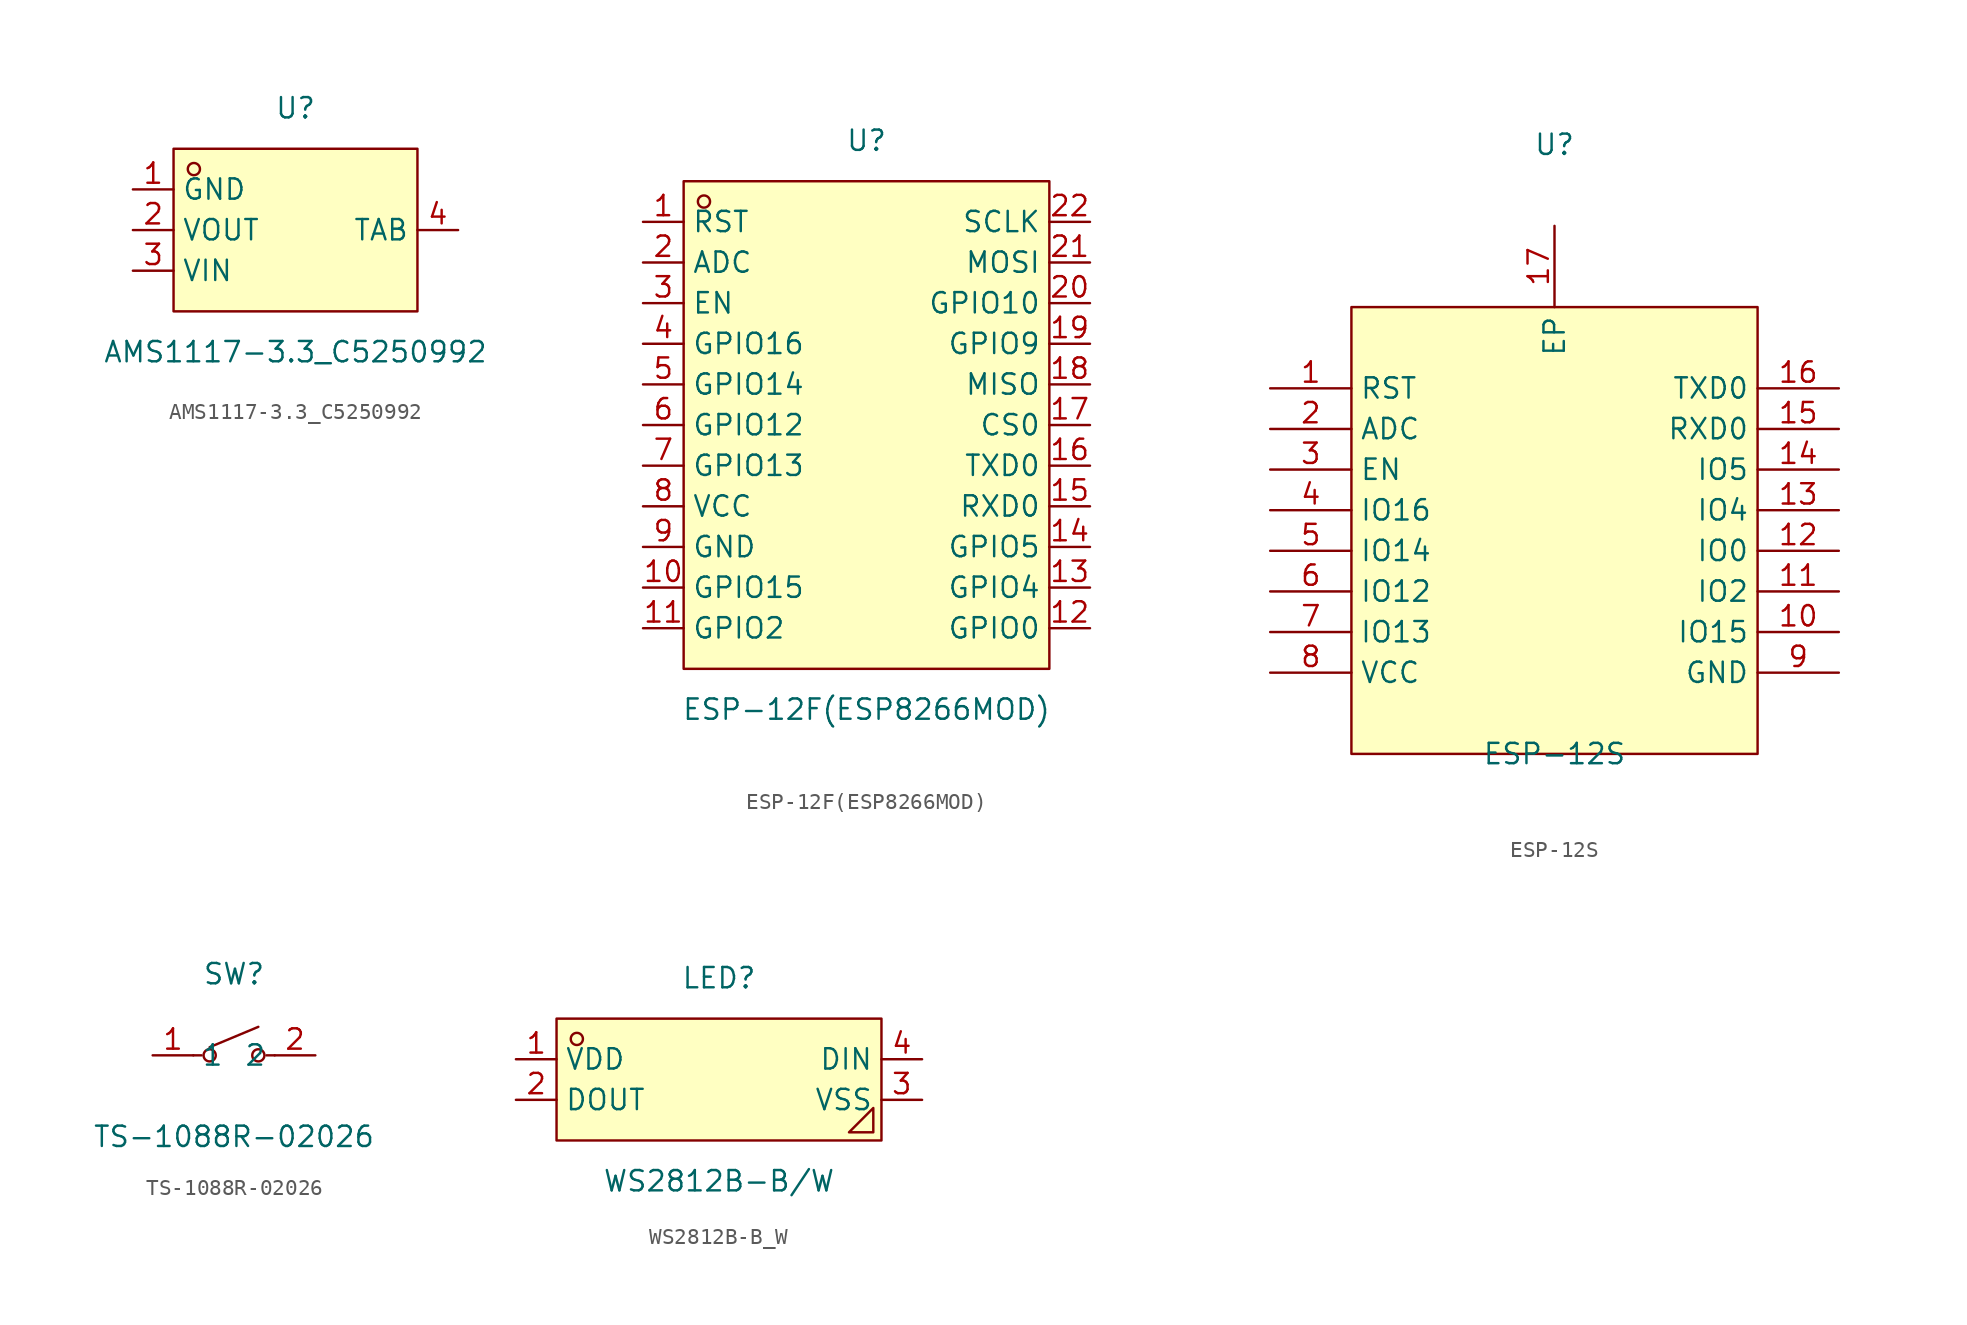
<source format=kicad_sym>
(kicad_symbol_lib
  (version 20211014)
  (generator https://github.com/uPesy/easyeda2kicad.py)
  (symbol "AMS1117-3.3_C5250992"
    (property "Reference" "U"
      (at 0 7.62 0)
      (effects (font (size 1.27 1.27))))
    (property "Value" "AMS1117-3.3_C5250992"
      (at 0 -7.62 0)
      (effects (font (size 1.27 1.27))))
    (symbol "AMS1117-3.3_C5250992_0_1"
      (rectangle (start -7.62 5.08) (end 7.62 -5.08) (stroke (width 0) (type default) (color 0 0 0 0)) (fill (type background)))
      (circle (center -6.35 3.81) (radius 0.38) (stroke (width 0) (type default) (color 0 0 0 0)) (fill (type none)))
      (pin unspecified line (at -10.16 2.54 0) (length 2.54) (name "GND" (effects (font (size 1.27 1.27)))) (number "1" (effects (font (size 1.27 1.27)))))
      (pin unspecified line (at -10.16 -0.00 0) (length 2.54) (name "VOUT" (effects (font (size 1.27 1.27)))) (number "2" (effects (font (size 1.27 1.27)))))
      (pin unspecified line (at -10.16 -2.54 0) (length 2.54) (name "VIN" (effects (font (size 1.27 1.27)))) (number "3" (effects (font (size 1.27 1.27)))))
      (pin unspecified line (at 10.16 -0.00 180) (length 2.54) (name "TAB" (effects (font (size 1.27 1.27)))) (number "4" (effects (font (size 1.27 1.27)))))))
  (symbol "ESP-12F(ESP8266MOD)"
    (property "Reference" "U"
      (at 0 17.78 0)
      (effects (font (size 1.27 1.27))))
    (property "Value" "ESP-12F(ESP8266MOD)"
      (at 0 -17.78 0)
      (effects (font (size 1.27 1.27))))
    (symbol "ESP-12F(ESP8266MOD)_0_1"
      (rectangle (start -11.43 15.24) (end 11.43 -15.24) (stroke (width 0) (type default) (color 0 0 0 0)) (fill (type background)))
      (circle (center -10.16 13.97) (radius 0.38) (stroke (width 0) (type default) (color 0 0 0 0)) (fill (type none)))
      (pin unspecified line (at -13.97 12.70 0) (length 2.54) (name "RST" (effects (font (size 1.27 1.27)))) (number "1" (effects (font (size 1.27 1.27)))))
      (pin unspecified line (at -13.97 10.16 0) (length 2.54) (name "ADC" (effects (font (size 1.27 1.27)))) (number "2" (effects (font (size 1.27 1.27)))))
      (pin unspecified line (at -13.97 7.62 0) (length 2.54) (name "EN" (effects (font (size 1.27 1.27)))) (number "3" (effects (font (size 1.27 1.27)))))
      (pin unspecified line (at -13.97 5.08 0) (length 2.54) (name "GPIO16" (effects (font (size 1.27 1.27)))) (number "4" (effects (font (size 1.27 1.27)))))
      (pin unspecified line (at -13.97 2.54 0) (length 2.54) (name "GPIO14" (effects (font (size 1.27 1.27)))) (number "5" (effects (font (size 1.27 1.27)))))
      (pin unspecified line (at -13.97 -0.00 0) (length 2.54) (name "GPIO12" (effects (font (size 1.27 1.27)))) (number "6" (effects (font (size 1.27 1.27)))))
      (pin unspecified line (at -13.97 -2.54 0) (length 2.54) (name "GPIO13" (effects (font (size 1.27 1.27)))) (number "7" (effects (font (size 1.27 1.27)))))
      (pin unspecified line (at -13.97 -5.08 0) (length 2.54) (name "VCC" (effects (font (size 1.27 1.27)))) (number "8" (effects (font (size 1.27 1.27)))))
      (pin unspecified line (at -13.97 -7.62 0) (length 2.54) (name "GND" (effects (font (size 1.27 1.27)))) (number "9" (effects (font (size 1.27 1.27)))))
      (pin unspecified line (at -13.97 -10.16 0) (length 2.54) (name "GPIO15" (effects (font (size 1.27 1.27)))) (number "10" (effects (font (size 1.27 1.27)))))
      (pin unspecified line (at -13.97 -12.70 0) (length 2.54) (name "GPIO2" (effects (font (size 1.27 1.27)))) (number "11" (effects (font (size 1.27 1.27)))))
      (pin unspecified line (at 13.97 -12.70 180) (length 2.54) (name "GPIO0" (effects (font (size 1.27 1.27)))) (number "12" (effects (font (size 1.27 1.27)))))
      (pin unspecified line (at 13.97 -10.16 180) (length 2.54) (name "GPIO4" (effects (font (size 1.27 1.27)))) (number "13" (effects (font (size 1.27 1.27)))))
      (pin unspecified line (at 13.97 -7.62 180) (length 2.54) (name "GPIO5" (effects (font (size 1.27 1.27)))) (number "14" (effects (font (size 1.27 1.27)))))
      (pin unspecified line (at 13.97 -5.08 180) (length 2.54) (name "RXD0" (effects (font (size 1.27 1.27)))) (number "15" (effects (font (size 1.27 1.27)))))
      (pin unspecified line (at 13.97 -2.54 180) (length 2.54) (name "TXD0" (effects (font (size 1.27 1.27)))) (number "16" (effects (font (size 1.27 1.27)))))
      (pin unspecified line (at 13.97 -0.00 180) (length 2.54) (name "CS0" (effects (font (size 1.27 1.27)))) (number "17" (effects (font (size 1.27 1.27)))))
      (pin unspecified line (at 13.97 2.54 180) (length 2.54) (name "MISO" (effects (font (size 1.27 1.27)))) (number "18" (effects (font (size 1.27 1.27)))))
      (pin unspecified line (at 13.97 5.08 180) (length 2.54) (name "GPIO9" (effects (font (size 1.27 1.27)))) (number "19" (effects (font (size 1.27 1.27)))))
      (pin unspecified line (at 13.97 7.62 180) (length 2.54) (name "GPIO10" (effects (font (size 1.27 1.27)))) (number "20" (effects (font (size 1.27 1.27)))))
      (pin unspecified line (at 13.97 10.16 180) (length 2.54) (name "MOSI" (effects (font (size 1.27 1.27)))) (number "21" (effects (font (size 1.27 1.27)))))
      (pin unspecified line (at 13.97 12.70 180) (length 2.54) (name "SCLK" (effects (font (size 1.27 1.27)))) (number "22" (effects (font (size 1.27 1.27)))))))
  (symbol "ESP-12S"
    (property "Reference" "U"
      (at 0 25.40 0)
      (effects (font (size 1.27 1.27))))
    (property "Value" "ESP-12S"
      (at 0 -12.70 0)
      (effects (font (size 1.27 1.27))))
    (symbol "ESP-12S_0_1"
      (rectangle (start -12.70 15.24) (end 12.70 -12.70) (stroke (width 0) (type default) (color 0 0 0 0)) (fill (type background)))
      (pin unspecified line (at -17.78 10.16 0) (length 5.08) (name "RST" (effects (font (size 1.27 1.27)))) (number "1" (effects (font (size 1.27 1.27)))))
      (pin unspecified line (at -17.78 7.62 0) (length 5.08) (name "ADC" (effects (font (size 1.27 1.27)))) (number "2" (effects (font (size 1.27 1.27)))))
      (pin unspecified line (at -17.78 5.08 0) (length 5.08) (name "EN" (effects (font (size 1.27 1.27)))) (number "3" (effects (font (size 1.27 1.27)))))
      (pin unspecified line (at -17.78 2.54 0) (length 5.08) (name "IO16" (effects (font (size 1.27 1.27)))) (number "4" (effects (font (size 1.27 1.27)))))
      (pin unspecified line (at -17.78 -0.00 0) (length 5.08) (name "IO14" (effects (font (size 1.27 1.27)))) (number "5" (effects (font (size 1.27 1.27)))))
      (pin unspecified line (at -17.78 -2.54 0) (length 5.08) (name "IO12" (effects (font (size 1.27 1.27)))) (number "6" (effects (font (size 1.27 1.27)))))
      (pin unspecified line (at -17.78 -5.08 0) (length 5.08) (name "IO13" (effects (font (size 1.27 1.27)))) (number "7" (effects (font (size 1.27 1.27)))))
      (pin unspecified line (at -17.78 -7.62 0) (length 5.08) (name "VCC" (effects (font (size 1.27 1.27)))) (number "8" (effects (font (size 1.27 1.27)))))
      (pin unspecified line (at 17.78 -7.62 180) (length 5.08) (name "GND" (effects (font (size 1.27 1.27)))) (number "9" (effects (font (size 1.27 1.27)))))
      (pin unspecified line (at 17.78 -5.08 180) (length 5.08) (name "IO15" (effects (font (size 1.27 1.27)))) (number "10" (effects (font (size 1.27 1.27)))))
      (pin unspecified line (at 17.78 -2.54 180) (length 5.08) (name "IO2" (effects (font (size 1.27 1.27)))) (number "11" (effects (font (size 1.27 1.27)))))
      (pin unspecified line (at 17.78 -0.00 180) (length 5.08) (name "IO0" (effects (font (size 1.27 1.27)))) (number "12" (effects (font (size 1.27 1.27)))))
      (pin unspecified line (at 17.78 2.54 180) (length 5.08) (name "IO4" (effects (font (size 1.27 1.27)))) (number "13" (effects (font (size 1.27 1.27)))))
      (pin unspecified line (at 17.78 5.08 180) (length 5.08) (name "IO5" (effects (font (size 1.27 1.27)))) (number "14" (effects (font (size 1.27 1.27)))))
      (pin unspecified line (at 17.78 7.62 180) (length 5.08) (name "RXD0" (effects (font (size 1.27 1.27)))) (number "15" (effects (font (size 1.27 1.27)))))
      (pin unspecified line (at 17.78 10.16 180) (length 5.08) (name "TXD0" (effects (font (size 1.27 1.27)))) (number "16" (effects (font (size 1.27 1.27)))))
      (pin unspecified line (at 0.00 20.32 270) (length 5.08) (name "EP" (effects (font (size 1.27 1.27)))) (number "17" (effects (font (size 1.27 1.27)))))))
  (symbol "TS-1088R-02026"
    (property "Reference" "SW"
      (at 0 5.08 0)
      (effects (font (size 1.27 1.27))))
    (property "Value" "TS-1088R-02026"
      (at 0 -5.08 0)
      (effects (font (size 1.27 1.27))))
    (symbol "TS-1088R-02026_0_1"
      (circle (center 1.52 -0.00) (radius 0.38) (stroke (width 0) (type default) (color 0 0 0 0)) (fill (type none)))
      (circle (center -1.52 -0.00) (radius 0.38) (stroke (width 0) (type default) (color 0 0 0 0)) (fill (type none)))
      (polyline (pts (xy -1.52 0.51) (xy 1.52 1.78)) (stroke (width 0) (type default) (color 0 0 0 0)) (fill (type none)))
      (polyline (pts (xy -2.03 -0.00) (xy -2.54 -0.00)) (stroke (width 0) (type default) (color 0 0 0 0)) (fill (type none)))
      (polyline (pts (xy 2.03 -0.00) (xy 2.54 -0.00)) (stroke (width 0) (type default) (color 0 0 0 0)) (fill (type none)))
      (pin unspecified line (at 5.08 -0.00 180) (length 2.54) (name "2" (effects (font (size 1.27 1.27)))) (number "2" (effects (font (size 1.27 1.27)))))
      (pin unspecified line (at -5.08 -0.00 0) (length 2.54) (name "1" (effects (font (size 1.27 1.27)))) (number "1" (effects (font (size 1.27 1.27)))))))
  (symbol "WS2812B-B_W"
    (property "Reference" "LED"
      (at 0 7.62 0)
      (effects (font (size 1.27 1.27))))
    (property "Value" "WS2812B-B/W"
      (at 0 -5.08 0)
      (effects (font (size 1.27 1.27))))
    (symbol "WS2812B-B_W_0_1"
      (rectangle (start -10.16 5.08) (end 10.16 -2.54) (stroke (width 0) (type default) (color 0 0 0 0)) (fill (type background)))
      (circle (center -8.89 3.81) (radius 0.38) (stroke (width 0) (type default) (color 0 0 0 0)) (fill (type none)))
      (polyline (pts (xy 9.65 -0.51) (xy 9.65 -2.03) (xy 8.13 -2.03) (xy 9.65 -0.51)) (stroke (width 0) (type default) (color 0 0 0 0)) (fill (type background)))
      (pin unspecified line (at -12.70 2.54 0) (length 2.54) (name "VDD" (effects (font (size 1.27 1.27)))) (number "1" (effects (font (size 1.27 1.27)))))
      (pin unspecified line (at -12.70 -0.00 0) (length 2.54) (name "DOUT" (effects (font (size 1.27 1.27)))) (number "2" (effects (font (size 1.27 1.27)))))
      (pin unspecified line (at 12.70 -0.00 180) (length 2.54) (name "VSS" (effects (font (size 1.27 1.27)))) (number "3" (effects (font (size 1.27 1.27)))))
      (pin unspecified line (at 12.70 2.54 180) (length 2.54) (name "DIN" (effects (font (size 1.27 1.27)))) (number "4" (effects (font (size 1.27 1.27))))))))
</source>
